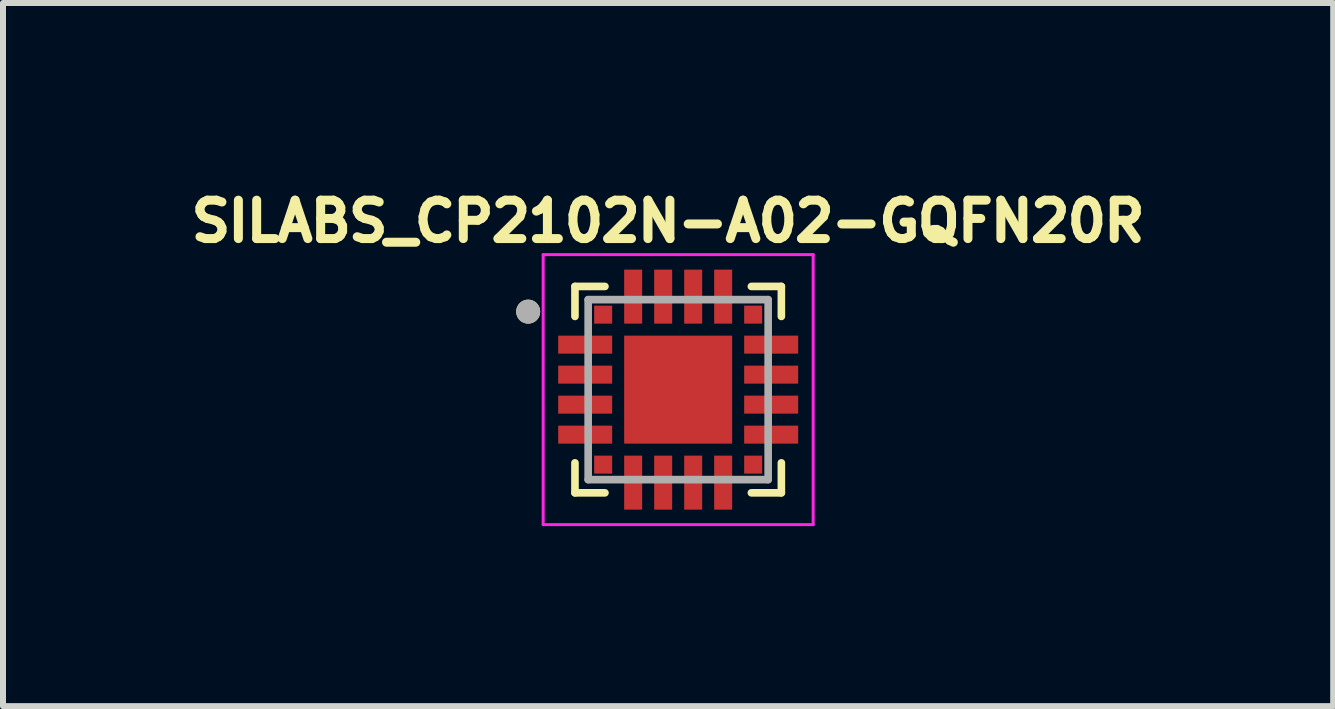
<source format=kicad_pcb>
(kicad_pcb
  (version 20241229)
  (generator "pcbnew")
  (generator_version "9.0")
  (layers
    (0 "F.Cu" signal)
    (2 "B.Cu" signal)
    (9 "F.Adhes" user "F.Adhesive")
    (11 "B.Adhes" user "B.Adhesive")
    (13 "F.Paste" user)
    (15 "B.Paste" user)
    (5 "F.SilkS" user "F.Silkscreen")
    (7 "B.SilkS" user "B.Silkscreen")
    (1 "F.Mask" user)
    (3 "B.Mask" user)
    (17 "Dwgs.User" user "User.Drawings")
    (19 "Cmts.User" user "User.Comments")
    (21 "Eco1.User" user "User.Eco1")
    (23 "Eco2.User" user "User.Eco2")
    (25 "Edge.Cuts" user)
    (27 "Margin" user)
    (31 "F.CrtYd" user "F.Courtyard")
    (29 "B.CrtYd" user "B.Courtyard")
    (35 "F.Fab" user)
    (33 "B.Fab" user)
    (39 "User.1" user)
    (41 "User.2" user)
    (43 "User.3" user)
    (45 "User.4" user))
  (footprint "SILABS_CP2102N-A02-GQFN20R"
    (layer "F.Cu")
    (at 8.253 3.444)
    (property "Reference" "SILABS_CP2102N-A02-GQFN20R" (at -0.168 -2.806 0) (layer "F.SilkS") (effects (font (size 0.64 0.64) (thickness 0.15))))
    (attr smd)
    (fp_line (start -1.72 -1.72) (end -1.22 -1.72) (stroke (width 0.127) (type solid)) (layer "F.SilkS"))
    (fp_line (start -1.72 -1.22) (end -1.72 -1.72) (stroke (width 0.127) (type solid)) (layer "F.SilkS"))
    (fp_line (start -1.72 1.72) (end -1.72 1.22) (stroke (width 0.127) (type solid)) (layer "F.SilkS"))
    (fp_line (start -1.22 1.72) (end -1.72 1.72) (stroke (width 0.127) (type solid)) (layer "F.SilkS"))
    (fp_line (start 1.22 -1.72) (end 1.72 -1.72) (stroke (width 0.127) (type solid)) (layer "F.SilkS"))
    (fp_line (start 1.72 -1.72) (end 1.72 -1.22) (stroke (width 0.127) (type solid)) (layer "F.SilkS"))
    (fp_line (start 1.72 1.22) (end 1.72 1.72) (stroke (width 0.127) (type solid)) (layer "F.SilkS"))
    (fp_line (start 1.72 1.72) (end 1.22 1.72) (stroke (width 0.127) (type solid)) (layer "F.SilkS"))
    (fp_circle (center -2.5 -1.3) (end -2.4 -1.3) (stroke (width 0.2) (type solid)) (fill no) (layer "F.SilkS"))
    (fp_poly (pts (xy -0.85 -0.85) (xy -0.1 -0.85) (xy -0.1 -0.1) (xy -0.85 -0.1)) (stroke (width 0.01) (type solid)) (fill yes) (layer "F.Paste"))
    (fp_poly (pts (xy -0.85 0.1) (xy -0.1 0.1) (xy -0.1 0.85) (xy -0.85 0.85)) (stroke (width 0.01) (type solid)) (fill yes) (layer "F.Paste"))
    (fp_poly (pts (xy 0.1 -0.85) (xy 0.85 -0.85) (xy 0.85 -0.1) (xy 0.1 -0.1)) (stroke (width 0.01) (type solid)) (fill yes) (layer "F.Paste"))
    (fp_poly (pts (xy 0.1 0.1) (xy 0.85 0.1) (xy 0.85 0.85) (xy 0.1 0.85)) (stroke (width 0.01) (type solid)) (fill yes) (layer "F.Paste"))
    (fp_line (start -2.25 -2.25) (end 2.25 -2.25) (stroke (width 0.05) (type solid)) (layer "F.CrtYd"))
    (fp_line (start -2.25 2.25) (end -2.25 -2.25) (stroke (width 0.05) (type solid)) (layer "F.CrtYd"))
    (fp_line (start 2.25 -2.25) (end 2.25 2.25) (stroke (width 0.05) (type solid)) (layer "F.CrtYd"))
    (fp_line (start 2.25 2.25) (end -2.25 2.25) (stroke (width 0.05) (type solid)) (layer "F.CrtYd"))
    (fp_line (start -1.5 -1.5) (end 1.5 -1.5) (stroke (width 0.127) (type solid)) (layer "F.Fab"))
    (fp_line (start -1.5 1.5) (end -1.5 -1.5) (stroke (width 0.127) (type solid)) (layer "F.Fab"))
    (fp_line (start 1.5 -1.5) (end 1.5 1.5) (stroke (width 0.127) (type solid)) (layer "F.Fab"))
    (fp_line (start 1.5 1.5) (end -1.5 1.5) (stroke (width 0.127) (type solid)) (layer "F.Fab"))
    (fp_circle (center -2.5 -1.3) (end -2.4 -1.3) (stroke (width 0.2) (type solid)) (fill no) (layer "F.Fab"))
    (pad "1" smd rect (at -1.25 -1.25) (size 0.3 0.3) (layers "F.Cu" "F.Mask" "F.Paste"))
    (pad "2" smd rect (at -1.55 -0.75) (size 0.9 0.3) (layers "F.Cu" "F.Mask" "F.Paste"))
    (pad "3" smd rect (at -1.55 -0.25) (size 0.9 0.3) (layers "F.Cu" "F.Mask" "F.Paste"))
    (pad "4" smd rect (at -1.55 0.25) (size 0.9 0.3) (layers "F.Cu" "F.Mask" "F.Paste"))
    (pad "5" smd rect (at -1.55 0.75) (size 0.9 0.3) (layers "F.Cu" "F.Mask" "F.Paste"))
    (pad "6" smd rect (at -1.25 1.25) (size 0.3 0.3) (layers "F.Cu" "F.Mask" "F.Paste"))
    (pad "7" smd rect (at -0.75 1.55) (size 0.3 0.9) (layers "F.Cu" "F.Mask" "F.Paste"))
    (pad "8" smd rect (at -0.25 1.55) (size 0.3 0.9) (layers "F.Cu" "F.Mask" "F.Paste"))
    (pad "9" smd rect (at 0.25 1.55) (size 0.3 0.9) (layers "F.Cu" "F.Mask" "F.Paste"))
    (pad "10" smd rect (at 0.75 1.55) (size 0.3 0.9) (layers "F.Cu" "F.Mask" "F.Paste"))
    (pad "11" smd rect (at 1.25 1.25) (size 0.3 0.3) (layers "F.Cu" "F.Mask" "F.Paste"))
    (pad "12" smd rect (at 1.55 0.75) (size 0.9 0.3) (layers "F.Cu" "F.Mask" "F.Paste"))
    (pad "13" smd rect (at 1.55 0.25) (size 0.9 0.3) (layers "F.Cu" "F.Mask" "F.Paste"))
    (pad "14" smd rect (at 1.55 -0.25) (size 0.9 0.3) (layers "F.Cu" "F.Mask" "F.Paste"))
    (pad "15" smd rect (at 1.55 -0.75) (size 0.9 0.3) (layers "F.Cu" "F.Mask" "F.Paste"))
    (pad "16" smd rect (at 1.25 -1.25) (size 0.3 0.3) (layers "F.Cu" "F.Mask" "F.Paste"))
    (pad "17" smd rect (at 0.75 -1.55) (size 0.3 0.9) (layers "F.Cu" "F.Mask" "F.Paste"))
    (pad "18" smd rect (at 0.25 -1.55) (size 0.3 0.9) (layers "F.Cu" "F.Mask" "F.Paste"))
    (pad "19" smd rect (at -0.25 -1.55) (size 0.3 0.9) (layers "F.Cu" "F.Mask" "F.Paste"))
    (pad "20" smd rect (at -0.75 -1.55) (size 0.3 0.9) (layers "F.Cu" "F.Mask" "F.Paste"))
    (pad "21" smd rect (at 0 0) (size 1.8 1.8) (layers "F.Cu" "F.Mask")))
  (gr_rect
    (start -3 -3)
    (end 19.17 8.719)
    (stroke (width 0.1) (type default))
    (fill no)
    (layer "Edge.Cuts")))
</source>
